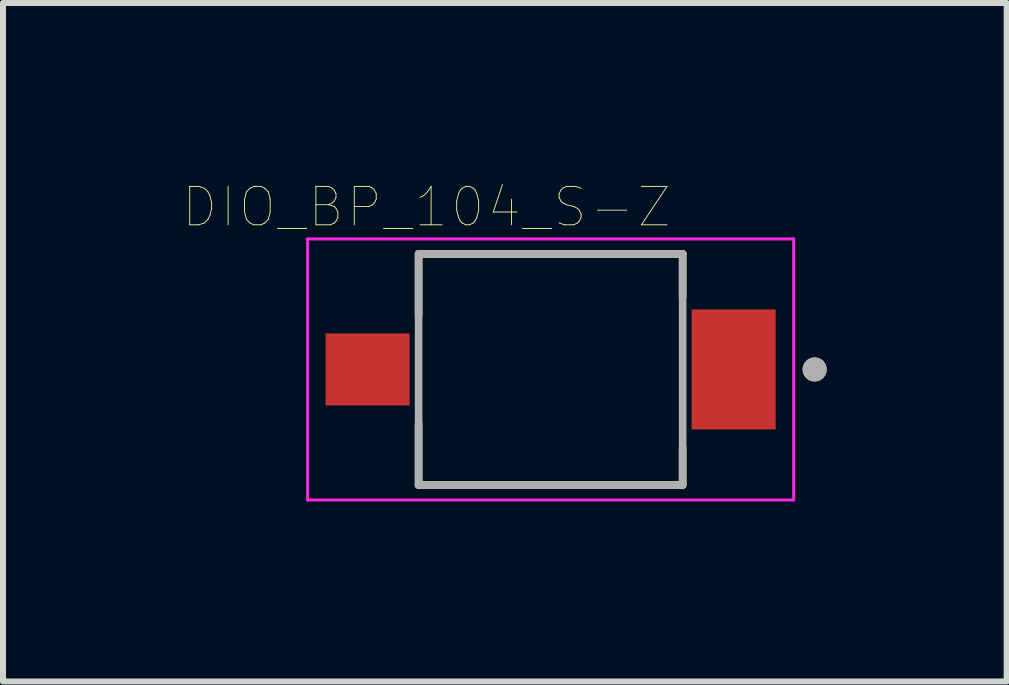
<source format=kicad_pcb>
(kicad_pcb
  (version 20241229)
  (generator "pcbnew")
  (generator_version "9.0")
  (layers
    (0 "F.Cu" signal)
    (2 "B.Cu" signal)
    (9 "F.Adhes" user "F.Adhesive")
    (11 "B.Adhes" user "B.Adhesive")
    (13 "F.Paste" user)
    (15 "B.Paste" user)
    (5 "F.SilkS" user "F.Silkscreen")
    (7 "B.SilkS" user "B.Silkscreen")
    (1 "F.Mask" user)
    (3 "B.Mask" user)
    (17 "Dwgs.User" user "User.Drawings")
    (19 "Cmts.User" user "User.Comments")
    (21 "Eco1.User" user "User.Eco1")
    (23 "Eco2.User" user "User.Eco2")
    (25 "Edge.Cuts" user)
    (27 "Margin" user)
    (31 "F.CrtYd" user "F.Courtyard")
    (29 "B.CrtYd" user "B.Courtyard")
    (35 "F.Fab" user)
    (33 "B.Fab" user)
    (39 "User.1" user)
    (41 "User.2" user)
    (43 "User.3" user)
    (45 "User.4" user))
  (footprint "DIO_BP_104_S-Z"
    (layer "F.Cu")
    (at 6.126 3.107)
    (property "Reference" "DIO_BP_104_S-Z" (at -2.068 -2.706 0) (layer "F.SilkS") (effects (font (size 0.64 0.64) (thickness 0.015))))
    (attr through_hole)
    (fp_poly (pts (xy -3.8 -0.65) (xy -2.3 -0.65) (xy -2.3 0.65) (xy -3.8 0.65)) (stroke (width 0.01) (type solid)) (fill yes) (layer "F.Mask"))
    (fp_poly (pts (xy 2.3 -1.05) (xy 3.8 -1.05) (xy 3.8 1.05) (xy 2.3 1.05)) (stroke (width 0.01) (type solid)) (fill yes) (layer "F.Mask"))
    (fp_line (start -2.2 -1.925) (end 2.2 -1.925) (stroke (width 0.127) (type solid)) (layer "F.SilkS"))
    (fp_line (start -2.2 -0.91) (end -2.2 -1.925) (stroke (width 0.127) (type solid)) (layer "F.SilkS"))
    (fp_line (start -2.2 0.91) (end -2.2 1.925) (stroke (width 0.127) (type solid)) (layer "F.SilkS"))
    (fp_line (start -2.2 1.925) (end 2.2 1.925) (stroke (width 0.127) (type solid)) (layer "F.SilkS"))
    (fp_line (start 2.2 -1.925) (end 2.2 -1.21) (stroke (width 0.127) (type solid)) (layer "F.SilkS"))
    (fp_line (start 2.2 1.925) (end 2.2 1.31) (stroke (width 0.127) (type solid)) (layer "F.SilkS"))
    (fp_circle (center 4.4 0) (end 4.5 0) (stroke (width 0.2) (type solid)) (fill no) (layer "F.SilkS"))
    (fp_poly (pts (xy -3.7 -0.55) (xy -2.4 -0.55) (xy -2.4 0.55) (xy -3.7 0.55)) (stroke (width 0.01) (type solid)) (fill yes) (layer "F.Paste"))
    (fp_poly (pts (xy 2.4 -0.95) (xy 3.7 -0.95) (xy 3.7 0.95) (xy 2.4 0.95)) (stroke (width 0.01) (type solid)) (fill yes) (layer "F.Paste"))
    (fp_line (start -4.05 -2.175) (end 4.05 -2.175) (stroke (width 0.05) (type solid)) (layer "F.CrtYd"))
    (fp_line (start -4.05 2.175) (end -4.05 -2.175) (stroke (width 0.05) (type solid)) (layer "F.CrtYd"))
    (fp_line (start 4.05 -2.175) (end 4.05 2.175) (stroke (width 0.05) (type solid)) (layer "F.CrtYd"))
    (fp_line (start 4.05 2.175) (end -4.05 2.175) (stroke (width 0.05) (type solid)) (layer "F.CrtYd"))
    (fp_line (start -2.2 -1.925) (end 2.2 -1.925) (stroke (width 0.127) (type solid)) (layer "F.Fab"))
    (fp_line (start -2.2 1.925) (end -2.2 -1.925) (stroke (width 0.127) (type solid)) (layer "F.Fab"))
    (fp_line (start 2.2 -1.925) (end 2.2 1.925) (stroke (width 0.127) (type solid)) (layer "F.Fab"))
    (fp_line (start 2.2 1.925) (end -2.2 1.925) (stroke (width 0.127) (type solid)) (layer "F.Fab"))
    (fp_circle (center 4.4 0) (end 4.5 0) (stroke (width 0.2) (type solid)) (fill no) (layer "F.Fab"))
    (pad "1" smd rect (at 3.05 0) (size 1.4 2) (layers "F.Cu"))
    (pad "2" smd rect (at -3.05 0) (size 1.4 1.2) (layers "F.Cu")))
  (gr_rect
    (start -3 -3)
    (end 13.726 8.307)
    (stroke (width 0.1) (type default))
    (fill no)
    (layer "Edge.Cuts")))
</source>
